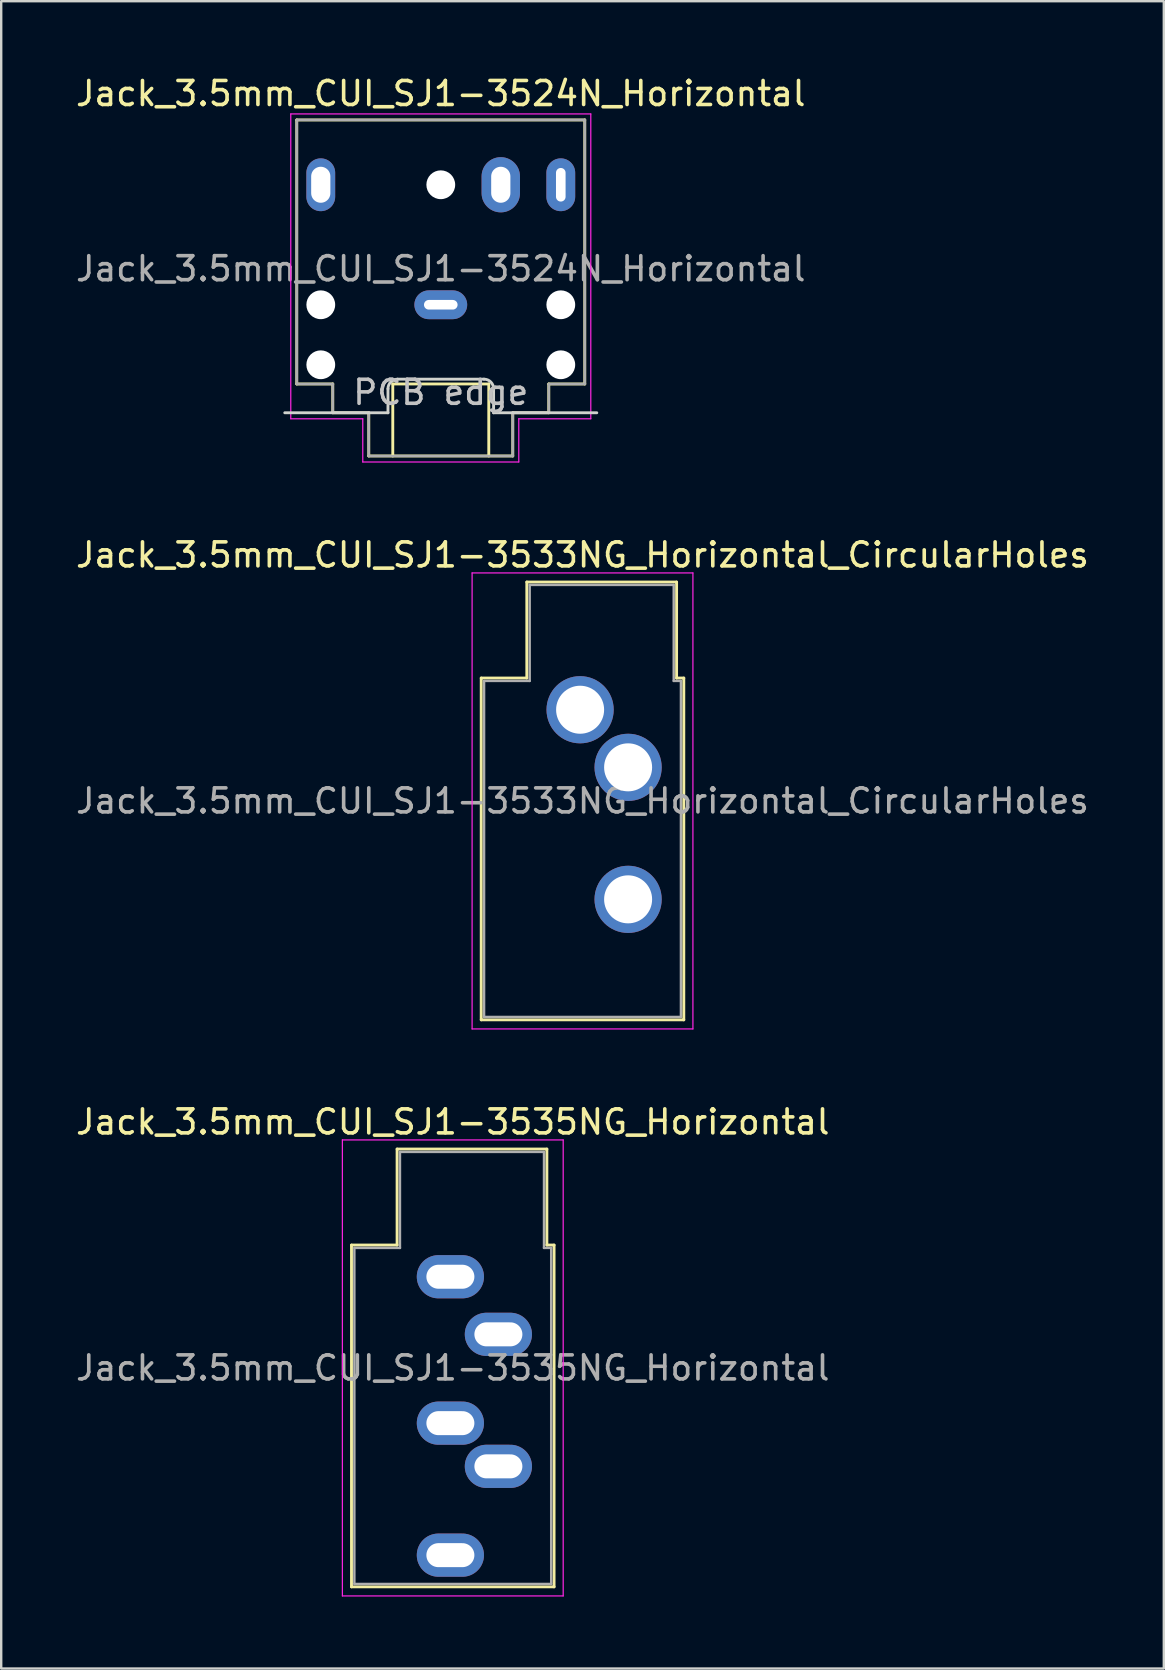
<source format=kicad_pcb>
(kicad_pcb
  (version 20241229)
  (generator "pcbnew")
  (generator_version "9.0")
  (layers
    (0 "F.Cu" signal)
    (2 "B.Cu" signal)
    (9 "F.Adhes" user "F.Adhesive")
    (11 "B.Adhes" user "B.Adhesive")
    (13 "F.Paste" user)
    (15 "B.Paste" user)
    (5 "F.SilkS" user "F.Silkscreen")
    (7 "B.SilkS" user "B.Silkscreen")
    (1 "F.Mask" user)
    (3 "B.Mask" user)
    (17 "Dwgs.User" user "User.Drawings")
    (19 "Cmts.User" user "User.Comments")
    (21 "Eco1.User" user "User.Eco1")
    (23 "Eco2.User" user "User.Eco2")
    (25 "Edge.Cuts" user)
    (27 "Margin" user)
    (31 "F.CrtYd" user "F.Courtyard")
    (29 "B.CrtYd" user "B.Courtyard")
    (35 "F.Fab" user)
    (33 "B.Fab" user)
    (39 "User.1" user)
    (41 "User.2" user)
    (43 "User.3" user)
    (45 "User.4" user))
  (footprint "Jack_3.5mm_CUI_SJ1-3535NG_Horizontal"
    (layer "F.Cu")
    (at 15.715 50.145)
    (property "Reference" "Jack_3.5mm_CUI_SJ1-3535NG_Horizontal" (at 0.1 -6.45 0) (layer "F.SilkS") (effects (font (size 1 1) (thickness 0.15))))
    (attr through_hole)
    (fp_line (start -4.12 -1.32) (end -2.22 -1.32) (stroke (width 0.12) (type solid)) (layer "F.SilkS"))
    (fp_line (start -4.12 12.92) (end -4.12 -1.32) (stroke (width 0.12) (type solid)) (layer "F.SilkS"))
    (fp_line (start -2.22 -5.32) (end 4.02 -5.32) (stroke (width 0.12) (type solid)) (layer "F.SilkS"))
    (fp_line (start -2.22 -1.32) (end -2.22 -5.32) (stroke (width 0.12) (type solid)) (layer "F.SilkS"))
    (fp_line (start 4.02 -5.32) (end 4.02 -1.32) (stroke (width 0.12) (type solid)) (layer "F.SilkS"))
    (fp_line (start 4.02 -1.32) (end 4.32 -1.32) (stroke (width 0.12) (type solid)) (layer "F.SilkS"))
    (fp_line (start 4.32 -1.32) (end 4.32 12.92) (stroke (width 0.12) (type solid)) (layer "F.SilkS"))
    (fp_line (start 4.32 12.92) (end -4.12 12.92) (stroke (width 0.12) (type solid)) (layer "F.SilkS"))
    (fp_line (start -4.5 -5.7) (end -4.5 13.3) (stroke (width 0.05) (type solid)) (layer "F.CrtYd"))
    (fp_line (start -4.5 13.3) (end 4.7 13.3) (stroke (width 0.05) (type solid)) (layer "F.CrtYd"))
    (fp_line (start 4.7 -5.7) (end -4.5 -5.7) (stroke (width 0.05) (type solid)) (layer "F.CrtYd"))
    (fp_line (start 4.7 13.3) (end 4.7 -5.7) (stroke (width 0.05) (type solid)) (layer "F.CrtYd"))
    (fp_line (start -4 -1.2) (end -2.1 -1.2) (stroke (width 0.1) (type solid)) (layer "F.Fab"))
    (fp_line (start -4 12.8) (end -4 -1.2) (stroke (width 0.1) (type solid)) (layer "F.Fab"))
    (fp_line (start -2.1 -5.2) (end 3.9 -5.2) (stroke (width 0.1) (type solid)) (layer "F.Fab"))
    (fp_line (start -2.1 -1.2) (end -2.1 -5.2) (stroke (width 0.1) (type solid)) (layer "F.Fab"))
    (fp_line (start 3.9 -5.2) (end 3.9 -1.2) (stroke (width 0.1) (type solid)) (layer "F.Fab"))
    (fp_line (start 3.9 -1.2) (end 4.2 -1.2) (stroke (width 0.1) (type solid)) (layer "F.Fab"))
    (fp_line (start 4.2 -1.2) (end 4.2 12.8) (stroke (width 0.1) (type solid)) (layer "F.Fab"))
    (fp_line (start 4.2 12.8) (end -4 12.8) (stroke (width 0.1) (type solid)) (layer "F.Fab"))
    (fp_text user "${REFERENCE}" (at 0.1 3.8 0) (layer "F.Fab") (effects (font (size 1 1) (thickness 0.15))))
    (pad "R" thru_hole oval (at 2 7.9) (size 2.8 1.8) (drill oval 2 1) (layers "*.Cu" "*.Mask"))
    (pad "RN" thru_hole oval (at 0 6.1) (size 2.8 1.8) (drill oval 2 1) (layers "*.Cu" "*.Mask"))
    (pad "S" thru_hole oval (at 0 0) (size 2.8 1.8) (drill oval 2 1) (layers "*.Cu" "*.Mask"))
    (pad "T" thru_hole oval (at 2 2.4) (size 2.8 1.8) (drill oval 2 1) (layers "*.Cu" "*.Mask"))
    (pad "TN" thru_hole oval (at 0 11.6) (size 2.8 1.8) (drill oval 2 1) (layers "*.Cu" "*.Mask")))
  (footprint "Jack_3.5mm_CUI_SJ1-3524N_Horizontal"
    (layer "F.Cu")
    (at 15.315 9.648)
    (property "Reference" "Jack_3.5mm_CUI_SJ1-3524N_Horizontal" (at 0 -8.8 0) (layer "F.SilkS") (effects (font (size 1 1) (thickness 0.15))))
    (attr through_hole exclude_from_pos_files exclude_from_bom)
    (fp_line (start -6 -7.7) (end 6 -7.7) (stroke (width 0.12) (type solid)) (layer "F.SilkS"))
    (fp_line (start -6 3.3) (end -6 -7.7) (stroke (width 0.12) (type solid)) (layer "F.SilkS"))
    (fp_line (start -4.5 3.3) (end -6 3.3) (stroke (width 0.12) (type solid)) (layer "F.SilkS"))
    (fp_line (start -4.5 4.5) (end -4.5 3.3) (stroke (width 0.12) (type solid)) (layer "F.SilkS"))
    (fp_line (start -3 4.5) (end -4.5 4.5) (stroke (width 0.12) (type solid)) (layer "F.SilkS"))
    (fp_line (start -3 6.3) (end -3 4.5) (stroke (width 0.12) (type solid)) (layer "F.SilkS"))
    (fp_line (start -2 3.3) (end -2 6.3) (stroke (width 0.12) (type solid)) (layer "F.SilkS"))
    (fp_line (start 2 3.3) (end -2 3.3) (stroke (width 0.12) (type solid)) (layer "F.SilkS"))
    (fp_line (start 2 6.3) (end 2 3.3) (stroke (width 0.12) (type solid)) (layer "F.SilkS"))
    (fp_line (start 3 4.5) (end 3 6.3) (stroke (width 0.12) (type solid)) (layer "F.SilkS"))
    (fp_line (start 3 6.3) (end -3 6.3) (stroke (width 0.12) (type solid)) (layer "F.SilkS"))
    (fp_line (start 4.5 3.3) (end 4.5 4.5) (stroke (width 0.12) (type solid)) (layer "F.SilkS"))
    (fp_line (start 4.5 4.5) (end 3 4.5) (stroke (width 0.12) (type solid)) (layer "F.SilkS"))
    (fp_line (start 6 -7.7) (end 6 3.3) (stroke (width 0.12) (type solid)) (layer "F.SilkS"))
    (fp_line (start 6 3.3) (end 4.5 3.3) (stroke (width 0.12) (type solid)) (layer "F.SilkS"))
    (fp_line (start -2.2 3.5) (end -2.2 4.5) (stroke (width 0.12) (type solid)) (layer "Edge.Cuts"))
    (fp_line (start -2.2 4.5) (end -6.5 4.5) (stroke (width 0.12) (type solid)) (layer "Edge.Cuts"))
    (fp_line (start 1.8 3.1) (end -1.8 3.1) (stroke (width 0.12) (type solid)) (layer "Edge.Cuts"))
    (fp_line (start 2.2 3.5) (end 2.2 4.5) (stroke (width 0.12) (type solid)) (layer "Edge.Cuts"))
    (fp_line (start 2.2 4.5) (end 6.5 4.5) (stroke (width 0.12) (type solid)) (layer "Edge.Cuts"))
    (fp_arc (start -2.2 3.5) (mid -2.082842 3.217158) (end -1.8 3.1) (stroke (width 0.12) (type solid)) (layer "Edge.Cuts"))
    (fp_arc (start 1.8 3.1) (mid 2.082843 3.217157) (end 2.2 3.5) (stroke (width 0.12) (type solid)) (layer "Edge.Cuts"))
    (fp_line (start -6.25 -7.95) (end -6.25 4.75) (stroke (width 0.05) (type solid)) (layer "F.CrtYd"))
    (fp_line (start -6.25 4.75) (end -3.25 4.75) (stroke (width 0.05) (type solid)) (layer "F.CrtYd"))
    (fp_line (start -3.25 4.75) (end -3.25 6.55) (stroke (width 0.05) (type solid)) (layer "F.CrtYd"))
    (fp_line (start -3.25 6.55) (end 3.25 6.55) (stroke (width 0.05) (type solid)) (layer "F.CrtYd"))
    (fp_line (start 3.25 4.75) (end 6.25 4.75) (stroke (width 0.05) (type solid)) (layer "F.CrtYd"))
    (fp_line (start 3.25 6.55) (end 3.25 4.75) (stroke (width 0.05) (type solid)) (layer "F.CrtYd"))
    (fp_line (start 6.25 -7.95) (end -6.25 -7.95) (stroke (width 0.05) (type solid)) (layer "F.CrtYd"))
    (fp_line (start 6.25 4.5) (end 6.25 -7.95) (stroke (width 0.05) (type solid)) (layer "F.CrtYd"))
    (fp_line (start 6.25 4.75) (end 6.25 4.5) (stroke (width 0.05) (type solid)) (layer "F.CrtYd"))
    (fp_line (start -6 -7.7) (end 6 -7.7) (stroke (width 0.1) (type solid)) (layer "F.Fab"))
    (fp_line (start -6 3.3) (end -6 -7.7) (stroke (width 0.1) (type solid)) (layer "F.Fab"))
    (fp_line (start -4.5 3.3) (end -6 3.3) (stroke (width 0.1) (type solid)) (layer "F.Fab"))
    (fp_line (start -4.5 4.5) (end -4.5 3.3) (stroke (width 0.1) (type solid)) (layer "F.Fab"))
    (fp_line (start -4.5 4.5) (end -3 4.5) (stroke (width 0.1) (type solid)) (layer "F.Fab"))
    (fp_line (start -3 4.5) (end -3 6.3) (stroke (width 0.1) (type solid)) (layer "F.Fab"))
    (fp_line (start -3 6.3) (end 3 6.3) (stroke (width 0.1) (type solid)) (layer "F.Fab"))
    (fp_line (start 3 4.5) (end 3 6.3) (stroke (width 0.1) (type solid)) (layer "F.Fab"))
    (fp_line (start 4.5 3.3) (end 6 3.3) (stroke (width 0.1) (type solid)) (layer "F.Fab"))
    (fp_line (start 4.5 4.5) (end 3 4.5) (stroke (width 0.1) (type solid)) (layer "F.Fab"))
    (fp_line (start 4.5 4.5) (end 4.5 3.3) (stroke (width 0.1) (type solid)) (layer "F.Fab"))
    (fp_line (start 6 3.3) (end 6 -7.7) (stroke (width 0.1) (type solid)) (layer "F.Fab"))
    (fp_text user "PCB edge" (at 0 3.65 0) (unlocked yes) (layer "Dwgs.User") (effects (font (size 1 1) (thickness 0.15))))
    (fp_text user "${REFERENCE}" (at 0 -1.5 0) (layer "F.Fab") (effects (font (size 1 1) (thickness 0.15))))
    (pad "" np_thru_hole circle (at -5 0) (size 1.2 1.2) (drill 1.2) (layers "*.Cu" "*.Mask"))
    (pad "" np_thru_hole circle (at -5 2.5) (size 1.2 1.2) (drill 1.2) (layers "*.Cu" "*.Mask"))
    (pad "" np_thru_hole circle (at 0 -5) (size 1.2 1.2) (drill 1.2) (layers "*.Cu" "*.Mask"))
    (pad "" np_thru_hole circle (at 5 0) (size 1.2 1.2) (drill 1.2) (layers "*.Cu" "*.Mask"))
    (pad "" np_thru_hole circle (at 5 2.5) (size 1.2 1.2) (drill 1.2) (layers "*.Cu" "*.Mask"))
    (pad "R" thru_hole oval (at -5 -5) (size 1.2 2.2) (drill oval 0.8 1.5) (layers "*.Cu" "*.Mask"))
    (pad "S" thru_hole oval (at 0 0) (size 2.2 1.2) (drill oval 1.4 0.4) (layers "*.Cu" "*.Mask"))
    (pad "T" thru_hole oval (at 5 -5 180) (size 1.2 2.2) (drill oval 0.4 1.4) (layers "*.Cu" "*.Mask"))
    (pad "TN" thru_hole oval (at 2.5 -5 180) (size 1.6 2.3) (drill oval 0.8 1.5) (layers "*.Cu" "*.Mask")))
  (footprint "Jack_3.5mm_CUI_SJ1-3533NG_Horizontal_CircularHoles"
    (layer "F.Cu")
    (at 21.12 26.521)
    (property "Reference" "Jack_3.5mm_CUI_SJ1-3533NG_Horizontal_CircularHoles" (at 0.1 -6.45 0) (layer "F.SilkS") (effects (font (size 1 1) (thickness 0.15))))
    (attr through_hole)
    (fp_line (start -4.12 -1.32) (end -2.22 -1.32) (stroke (width 0.12) (type solid)) (layer "F.SilkS"))
    (fp_line (start -4.12 12.92) (end -4.12 -1.32) (stroke (width 0.12) (type solid)) (layer "F.SilkS"))
    (fp_line (start -2.22 -5.32) (end 4.02 -5.32) (stroke (width 0.12) (type solid)) (layer "F.SilkS"))
    (fp_line (start -2.22 -1.32) (end -2.22 -5.32) (stroke (width 0.12) (type solid)) (layer "F.SilkS"))
    (fp_line (start 4.02 -5.32) (end 4.02 -1.32) (stroke (width 0.12) (type solid)) (layer "F.SilkS"))
    (fp_line (start 4.02 -1.32) (end 4.32 -1.32) (stroke (width 0.12) (type solid)) (layer "F.SilkS"))
    (fp_line (start 4.32 -1.32) (end 4.32 12.92) (stroke (width 0.12) (type solid)) (layer "F.SilkS"))
    (fp_line (start 4.32 12.92) (end -4.12 12.92) (stroke (width 0.12) (type solid)) (layer "F.SilkS"))
    (fp_line (start -4.5 -5.7) (end -4.5 13.3) (stroke (width 0.05) (type solid)) (layer "F.CrtYd"))
    (fp_line (start -4.5 13.3) (end 4.7 13.3) (stroke (width 0.05) (type solid)) (layer "F.CrtYd"))
    (fp_line (start 4.7 -5.7) (end -4.5 -5.7) (stroke (width 0.05) (type solid)) (layer "F.CrtYd"))
    (fp_line (start 4.7 13.3) (end 4.7 -5.7) (stroke (width 0.05) (type solid)) (layer "F.CrtYd"))
    (fp_line (start -4 -1.2) (end -2.1 -1.2) (stroke (width 0.1) (type solid)) (layer "F.Fab"))
    (fp_line (start -4 12.8) (end -4 -1.2) (stroke (width 0.1) (type solid)) (layer "F.Fab"))
    (fp_line (start -2.1 -5.2) (end 3.9 -5.2) (stroke (width 0.1) (type solid)) (layer "F.Fab"))
    (fp_line (start -2.1 -1.2) (end -2.1 -5.2) (stroke (width 0.1) (type solid)) (layer "F.Fab"))
    (fp_line (start 3.9 -5.2) (end 3.9 -1.2) (stroke (width 0.1) (type solid)) (layer "F.Fab"))
    (fp_line (start 3.9 -1.2) (end 4.2 -1.2) (stroke (width 0.1) (type solid)) (layer "F.Fab"))
    (fp_line (start 4.2 -1.2) (end 4.2 12.8) (stroke (width 0.1) (type solid)) (layer "F.Fab"))
    (fp_line (start 4.2 12.8) (end -4 12.8) (stroke (width 0.1) (type solid)) (layer "F.Fab"))
    (fp_text user "${REFERENCE}" (at 0.1 3.8 0) (layer "F.Fab") (effects (font (size 1 1) (thickness 0.15))))
    (pad "R" thru_hole circle (at 2 7.9) (size 2.8 2.8) (drill 2) (layers "*.Cu" "*.Mask"))
    (pad "S" thru_hole circle (at 0 0) (size 2.8 2.8) (drill 2) (layers "*.Cu" "*.Mask"))
    (pad "T" thru_hole circle (at 2 2.4) (size 2.8 2.8) (drill 2) (layers "*.Cu" "*.Mask")))
  (gr_rect
    (start -3 -3)
    (end 45.44 66.47)
    (stroke (width 0.1) (type default))
    (fill no)
    (layer "Edge.Cuts")))
</source>
